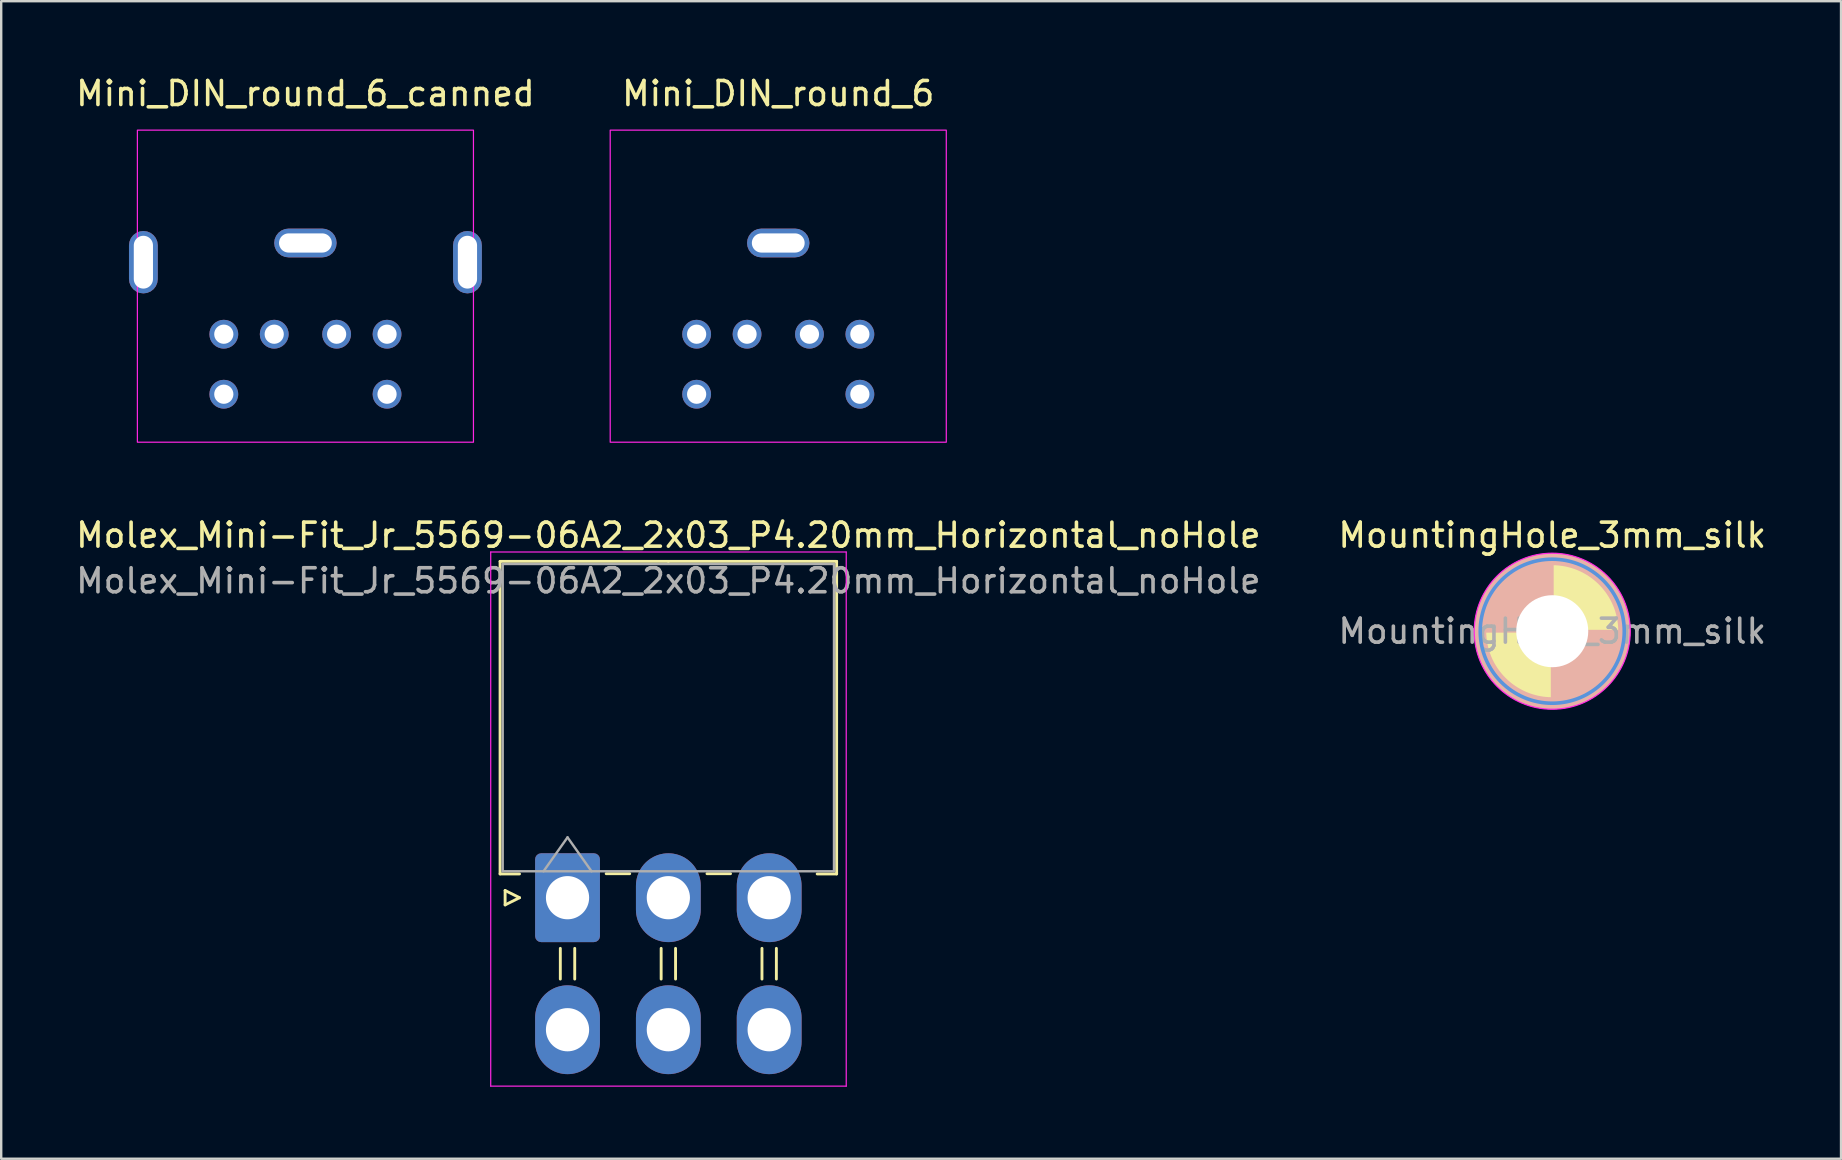
<source format=kicad_pcb>
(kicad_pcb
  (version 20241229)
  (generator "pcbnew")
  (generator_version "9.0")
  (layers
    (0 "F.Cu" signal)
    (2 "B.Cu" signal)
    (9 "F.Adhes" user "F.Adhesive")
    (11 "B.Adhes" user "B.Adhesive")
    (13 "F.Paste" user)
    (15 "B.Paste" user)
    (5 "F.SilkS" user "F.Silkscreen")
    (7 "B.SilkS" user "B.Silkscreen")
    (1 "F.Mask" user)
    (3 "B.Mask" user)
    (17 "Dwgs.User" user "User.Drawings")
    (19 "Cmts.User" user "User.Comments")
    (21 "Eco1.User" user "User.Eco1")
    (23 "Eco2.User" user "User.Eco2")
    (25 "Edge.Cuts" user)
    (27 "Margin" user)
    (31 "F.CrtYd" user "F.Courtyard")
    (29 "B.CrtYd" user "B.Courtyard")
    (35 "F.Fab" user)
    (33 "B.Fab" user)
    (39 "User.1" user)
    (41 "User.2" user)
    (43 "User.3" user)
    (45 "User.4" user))
  (footprint "MountingHole_3mm_silk"
    (layer "F.Cu")
    (at 61.613 23.245)
    (property "Reference" "MountingHole_3mm_silk" (at 0 -4 0) (layer "F.SilkS") (effects (font (size 1 1) (thickness 0.15))))
    (attr exclude_from_pos_files exclude_from_bom)
    (fp_circle (center 0 0) (end 3 0) (stroke (width 0.5) (type default)) (fill no) (layer "F.SilkS"))
    (fp_poly (pts (xy 0 0) (xy -3 0) (xy -2.794 1.016) (xy -2.032 2.032) (xy -1.016 2.794) (xy 0 3)) (stroke (width 0.12) (type solid)) (fill yes) (layer "F.SilkS"))
    (fp_poly (pts (xy 0 0) (xy 3 0) (xy 2.794 -1.016) (xy 2.032 -2.032) (xy 1.016 -2.794) (xy 0 -3)) (stroke (width 0.12) (type solid)) (fill yes) (layer "F.SilkS"))
    (fp_circle (center 0 0) (end -3 0) (stroke (width 0.5) (type default)) (fill no) (layer "B.SilkS"))
    (fp_poly (pts (xy 0 0) (xy -3 0) (xy -2.794 -1.016) (xy -2.032 -2.032) (xy -1.016 -2.794) (xy 0 -3)) (stroke (width 0.12) (type solid)) (fill yes) (layer "B.SilkS"))
    (fp_poly (pts (xy 0 0) (xy 3 0) (xy 2.794 1.016) (xy 2.032 2.032) (xy 1.016 2.794) (xy 0 3)) (stroke (width 0.12) (type solid)) (fill yes) (layer "B.SilkS"))
    (fp_circle (center 0 0) (end 3 0) (stroke (width 0.15) (type solid)) (fill no) (layer "Cmts.User"))
    (fp_circle (center 0 0) (end 3.25 0) (stroke (width 0.05) (type solid)) (fill no) (layer "F.CrtYd"))
    (fp_text user "${REFERENCE}" (at 0 0 0) (layer "F.Fab") (effects (font (size 1 1) (thickness 0.15))))
    (pad "" np_thru_hole circle (at 0 0) (size 3 3) (drill 3) (layers "*.Cu" "*.Mask")))
  (footprint "Mini_DIN_round_6"
    (layer "F.Cu")
    (at 29.37 2.372)
    (property "Reference" "Mini_DIN_round_6" (at 0 -1.524 0) (unlocked yes) (layer "F.SilkS") (effects (font (size 1 1) (thickness 0.15))))
    (attr through_hole)
    (fp_rect (start -7 0) (end 7 13) (stroke (width 0.05) (type default)) (fill no) (layer "F.CrtYd"))
    (pad "1" thru_hole circle (at -1.3 8.5 90) (size 1.2 1.2) (drill 0.8) (layers "*.Cu" "*.Mask"))
    (pad "2" thru_hole circle (at 1.3 8.5 90) (size 1.2 1.2) (drill 0.8) (layers "*.Cu" "*.Mask"))
    (pad "3" thru_hole circle (at -3.4 8.5 90) (size 1.2 1.2) (drill 0.8) (layers "*.Cu" "*.Mask"))
    (pad "4" thru_hole circle (at 3.4 8.5 90) (size 1.2 1.2) (drill 0.8) (layers "*.Cu" "*.Mask"))
    (pad "5" thru_hole circle (at -3.4 11 90) (size 1.2 1.2) (drill 0.8) (layers "*.Cu" "*.Mask"))
    (pad "6" thru_hole circle (at 3.4 11 90) (size 1.2 1.2) (drill 0.8) (layers "*.Cu" "*.Mask"))
    (pad "SH" thru_hole roundrect (at 0 4.7) (size 2.6 1.2) (drill oval 2.2 0.8) (layers "*.Cu" "*.Mask") (roundrect_rratio 0.5)))
  (footprint "Molex_Mini-Fit_Jr_5569-06A2_2x03_P4.20mm_Horizontal_noHole"
    (layer "F.Cu")
    (at 20.592 34.346)
    (property "Reference" "Molex_Mini-Fit_Jr_5569-06A2_2x03_P4.20mm_Horizontal_noHole" (at 4.2 -15.1 0) (layer "F.SilkS") (effects (font (size 1 1) (thickness 0.15))))
    (attr through_hole)
    (fp_line (start -2.81 -14.01) (end 4.2 -14.01) (stroke (width 0.12) (type solid)) (layer "F.SilkS"))
    (fp_line (start -2.81 -0.99) (end -2.81 -14.01) (stroke (width 0.12) (type solid)) (layer "F.SilkS"))
    (fp_line (start -2.6 -0.3) (end -2 0) (stroke (width 0.12) (type solid)) (layer "F.SilkS"))
    (fp_line (start -2.6 0.3) (end -2.6 -0.3) (stroke (width 0.12) (type solid)) (layer "F.SilkS"))
    (fp_line (start -2 -0.99) (end -2.81 -0.99) (stroke (width 0.12) (type solid)) (layer "F.SilkS"))
    (fp_line (start -2 0) (end -2.6 0.3) (stroke (width 0.12) (type solid)) (layer "F.SilkS"))
    (fp_line (start -0.3 2.11) (end -0.3 3.39) (stroke (width 0.12) (type solid)) (layer "F.SilkS"))
    (fp_line (start 0.3 2.11) (end 0.3 3.39) (stroke (width 0.12) (type solid)) (layer "F.SilkS"))
    (fp_line (start 1.61 -1) (end 2.59 -1) (stroke (width 0.12) (type solid)) (layer "F.SilkS"))
    (fp_line (start 3.9 2.11) (end 3.9 3.39) (stroke (width 0.12) (type solid)) (layer "F.SilkS"))
    (fp_line (start 4.5 2.11) (end 4.5 3.39) (stroke (width 0.12) (type solid)) (layer "F.SilkS"))
    (fp_line (start 5.81 -1) (end 6.79 -1) (stroke (width 0.12) (type solid)) (layer "F.SilkS"))
    (fp_line (start 8.1 2.11) (end 8.1 3.39) (stroke (width 0.12) (type solid)) (layer "F.SilkS"))
    (fp_line (start 8.7 2.11) (end 8.7 3.39) (stroke (width 0.12) (type solid)) (layer "F.SilkS"))
    (fp_line (start 10.4 -0.99) (end 11.21 -0.99) (stroke (width 0.12) (type solid)) (layer "F.SilkS"))
    (fp_line (start 11.21 -14.01) (end 4.2 -14.01) (stroke (width 0.12) (type solid)) (layer "F.SilkS"))
    (fp_line (start 11.21 -0.99) (end 11.21 -14.01) (stroke (width 0.12) (type solid)) (layer "F.SilkS"))
    (fp_line (start -3.2 -14.4) (end -3.2 7.85) (stroke (width 0.05) (type solid)) (layer "F.CrtYd"))
    (fp_line (start -3.2 7.85) (end 11.61 7.85) (stroke (width 0.05) (type solid)) (layer "F.CrtYd"))
    (fp_line (start 11.61 -14.4) (end -3.2 -14.4) (stroke (width 0.05) (type solid)) (layer "F.CrtYd"))
    (fp_line (start 11.61 7.85) (end 11.61 -14.4) (stroke (width 0.05) (type solid)) (layer "F.CrtYd"))
    (fp_line (start -2.7 -13.9) (end -2.7 -1.1) (stroke (width 0.1) (type solid)) (layer "F.Fab"))
    (fp_line (start -2.7 -1.1) (end 11.1 -1.1) (stroke (width 0.1) (type solid)) (layer "F.Fab"))
    (fp_line (start -1 -1.1) (end 0 -2.514) (stroke (width 0.1) (type solid)) (layer "F.Fab"))
    (fp_line (start 0 -2.514) (end 1 -1.1) (stroke (width 0.1) (type solid)) (layer "F.Fab"))
    (fp_line (start 11.1 -13.9) (end -2.7 -13.9) (stroke (width 0.1) (type solid)) (layer "F.Fab"))
    (fp_line (start 11.1 -1.1) (end 11.1 -13.9) (stroke (width 0.1) (type solid)) (layer "F.Fab"))
    (fp_text user "${REFERENCE}" (at 4.2 -13.2 0) (layer "F.Fab") (effects (font (size 1 1) (thickness 0.15))))
    (pad "1" thru_hole roundrect (at 0 0) (size 2.7 3.7) (drill 1.8) (layers "*.Cu" "*.Mask") (roundrect_rratio 0.093))
    (pad "2" thru_hole oval (at 4.2 0) (size 2.7 3.7) (drill 1.8) (layers "*.Cu" "*.Mask"))
    (pad "3" thru_hole oval (at 8.4 0) (size 2.7 3.7) (drill 1.8) (layers "*.Cu" "*.Mask"))
    (pad "4" thru_hole oval (at 0 5.5) (size 2.7 3.7) (drill 1.8) (layers "*.Cu" "*.Mask"))
    (pad "5" thru_hole oval (at 4.2 5.5) (size 2.7 3.7) (drill 1.8) (layers "*.Cu" "*.Mask"))
    (pad "6" thru_hole oval (at 8.4 5.5) (size 2.7 3.7) (drill 1.8) (layers "*.Cu" "*.Mask")))
  (footprint "Mini_DIN_round_6_canned"
    (layer "F.Cu")
    (at 9.673 2.372)
    (property "Reference" "Mini_DIN_round_6_canned" (at 0 -1.524 0) (unlocked yes) (layer "F.SilkS") (effects (font (size 1 1) (thickness 0.15))))
    (attr through_hole)
    (fp_rect (start -7 0) (end 7 13) (stroke (width 0.05) (type default)) (fill no) (layer "F.CrtYd"))
    (pad "1" thru_hole circle (at -1.3 8.5 90) (size 1.2 1.2) (drill 0.8) (layers "*.Cu" "*.Mask"))
    (pad "2" thru_hole circle (at 1.3 8.5 90) (size 1.2 1.2) (drill 0.8) (layers "*.Cu" "*.Mask"))
    (pad "3" thru_hole circle (at -3.4 8.5 90) (size 1.2 1.2) (drill 0.8) (layers "*.Cu" "*.Mask"))
    (pad "4" thru_hole circle (at 3.4 8.5 90) (size 1.2 1.2) (drill 0.8) (layers "*.Cu" "*.Mask"))
    (pad "5" thru_hole circle (at -3.4 11 90) (size 1.2 1.2) (drill 0.8) (layers "*.Cu" "*.Mask"))
    (pad "6" thru_hole circle (at 3.4 11 90) (size 1.2 1.2) (drill 0.8) (layers "*.Cu" "*.Mask"))
    (pad "SH" thru_hole roundrect (at -6.75 5.5 90) (size 2.6 1.2) (drill oval 2.2 0.8) (layers "*.Cu" "*.Mask") (roundrect_rratio 0.5))
    (pad "SH" thru_hole roundrect (at 0 4.7) (size 2.6 1.2) (drill oval 2.2 0.8) (layers "*.Cu" "*.Mask") (roundrect_rratio 0.5))
    (pad "SH" thru_hole roundrect (at 6.75 5.5 90) (size 2.6 1.2) (drill oval 2.2 0.8) (layers "*.Cu" "*.Mask") (roundrect_rratio 0.5)))
  (gr_rect
    (start -3 -3)
    (end 73.643 45.221)
    (stroke (width 0.1) (type default))
    (fill no)
    (layer "Edge.Cuts")))
</source>
